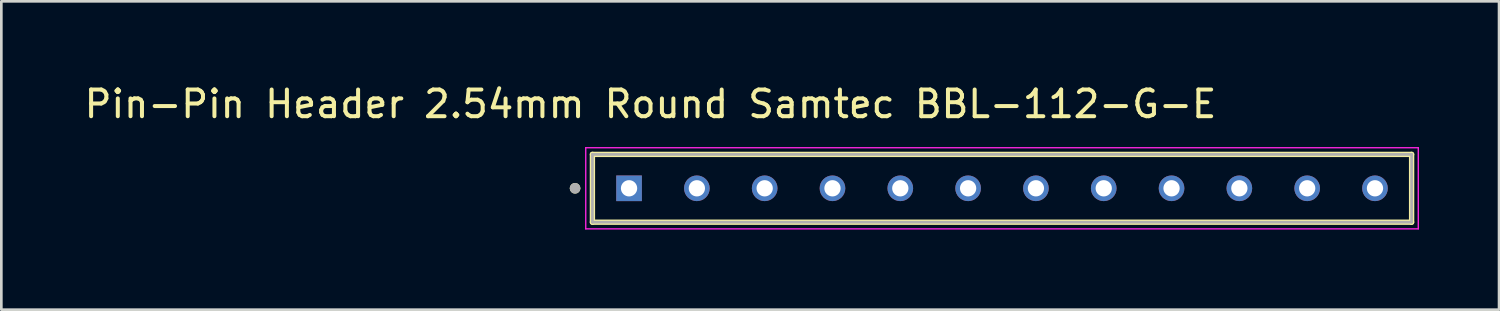
<source format=kicad_pcb>
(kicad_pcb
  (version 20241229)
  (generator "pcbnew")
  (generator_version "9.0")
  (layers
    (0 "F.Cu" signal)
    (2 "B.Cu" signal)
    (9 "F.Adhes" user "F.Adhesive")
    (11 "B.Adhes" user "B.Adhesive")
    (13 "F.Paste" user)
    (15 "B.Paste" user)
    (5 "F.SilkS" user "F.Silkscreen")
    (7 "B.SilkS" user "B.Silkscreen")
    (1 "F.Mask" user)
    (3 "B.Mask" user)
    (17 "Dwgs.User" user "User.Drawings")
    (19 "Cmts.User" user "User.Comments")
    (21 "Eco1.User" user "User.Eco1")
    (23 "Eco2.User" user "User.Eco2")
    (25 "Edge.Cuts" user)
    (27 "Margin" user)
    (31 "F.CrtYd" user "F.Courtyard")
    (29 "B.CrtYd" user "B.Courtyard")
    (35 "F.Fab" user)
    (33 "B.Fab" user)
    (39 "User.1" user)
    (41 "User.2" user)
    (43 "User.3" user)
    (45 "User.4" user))
  (footprint "Pin-Pin Header 2.54mm Round Samtec BBL-112-G-E"
    (layer "F.Cu")
    (at 20.512 4.003)
    (property "Reference" "Pin-Pin Header 2.54mm Round Samtec BBL-112-G-E" (at 0.803 -3.155 0) (layer "F.SilkS") (effects (font (size 1 1) (thickness 0.15))))
    (attr through_hole)
    (fp_line (start -1.372 1.27) (end -1.372 -1.27) (stroke (width 0.2) (type solid)) (layer "F.SilkS"))
    (fp_line (start 29.312 -1.27) (end -1.372 -1.27) (stroke (width 0.2) (type solid)) (layer "F.SilkS"))
    (fp_line (start 29.312 -1.27) (end 29.312 1.27) (stroke (width 0.2) (type solid)) (layer "F.SilkS"))
    (fp_line (start 29.312 1.27) (end -1.372 1.27) (stroke (width 0.2) (type solid)) (layer "F.SilkS"))
    (fp_circle (center -2.022 0) (end -1.922 0) (stroke (width 0.2) (type solid)) (fill no) (layer "F.SilkS"))
    (fp_line (start -1.622 -1.52) (end 29.562 -1.52) (stroke (width 0.05) (type solid)) (layer "F.CrtYd"))
    (fp_line (start -1.622 1.52) (end -1.622 -1.52) (stroke (width 0.05) (type solid)) (layer "F.CrtYd"))
    (fp_line (start 29.562 -1.52) (end 29.562 1.52) (stroke (width 0.05) (type solid)) (layer "F.CrtYd"))
    (fp_line (start 29.562 1.52) (end -1.622 1.52) (stroke (width 0.05) (type solid)) (layer "F.CrtYd"))
    (fp_line (start -1.372 -1.27) (end 29.312 -1.27) (stroke (width 0.1) (type solid)) (layer "F.Fab"))
    (fp_line (start -1.372 1.27) (end -1.372 -1.27) (stroke (width 0.1) (type solid)) (layer "F.Fab"))
    (fp_line (start 29.312 -1.27) (end 29.312 1.27) (stroke (width 0.1) (type solid)) (layer "F.Fab"))
    (fp_line (start 29.312 1.27) (end -1.372 1.27) (stroke (width 0.1) (type solid)) (layer "F.Fab"))
    (fp_circle (center -2.022 0) (end -1.922 0) (stroke (width 0.2) (type solid)) (fill no) (layer "F.Fab"))
    (pad "01" thru_hole rect (at 0 0) (size 0.96 0.96) (drill 0.61) (layers "*.Cu" "*.Mask"))
    (pad "02" thru_hole circle (at 2.54 0) (size 0.96 0.96) (drill 0.61) (layers "*.Cu" "*.Mask"))
    (pad "03" thru_hole circle (at 5.08 0) (size 0.96 0.96) (drill 0.61) (layers "*.Cu" "*.Mask"))
    (pad "04" thru_hole circle (at 7.62 0) (size 0.96 0.96) (drill 0.61) (layers "*.Cu" "*.Mask"))
    (pad "05" thru_hole circle (at 10.16 0) (size 0.96 0.96) (drill 0.61) (layers "*.Cu" "*.Mask"))
    (pad "06" thru_hole circle (at 12.7 0) (size 0.96 0.96) (drill 0.61) (layers "*.Cu" "*.Mask"))
    (pad "07" thru_hole circle (at 15.24 0) (size 0.96 0.96) (drill 0.61) (layers "*.Cu" "*.Mask"))
    (pad "08" thru_hole circle (at 17.78 0) (size 0.96 0.96) (drill 0.61) (layers "*.Cu" "*.Mask"))
    (pad "09" thru_hole circle (at 20.32 0) (size 0.96 0.96) (drill 0.61) (layers "*.Cu" "*.Mask"))
    (pad "10" thru_hole circle (at 22.86 0) (size 0.96 0.96) (drill 0.61) (layers "*.Cu" "*.Mask"))
    (pad "11" thru_hole circle (at 25.4 0) (size 0.96 0.96) (drill 0.61) (layers "*.Cu" "*.Mask"))
    (pad "12" thru_hole circle (at 27.94 0) (size 0.96 0.96) (drill 0.61) (layers "*.Cu" "*.Mask")))
  (gr_rect
    (start -3 -3)
    (end 53.099 8.548)
    (stroke (width 0.1) (type default))
    (fill no)
    (layer "Edge.Cuts")))
</source>
